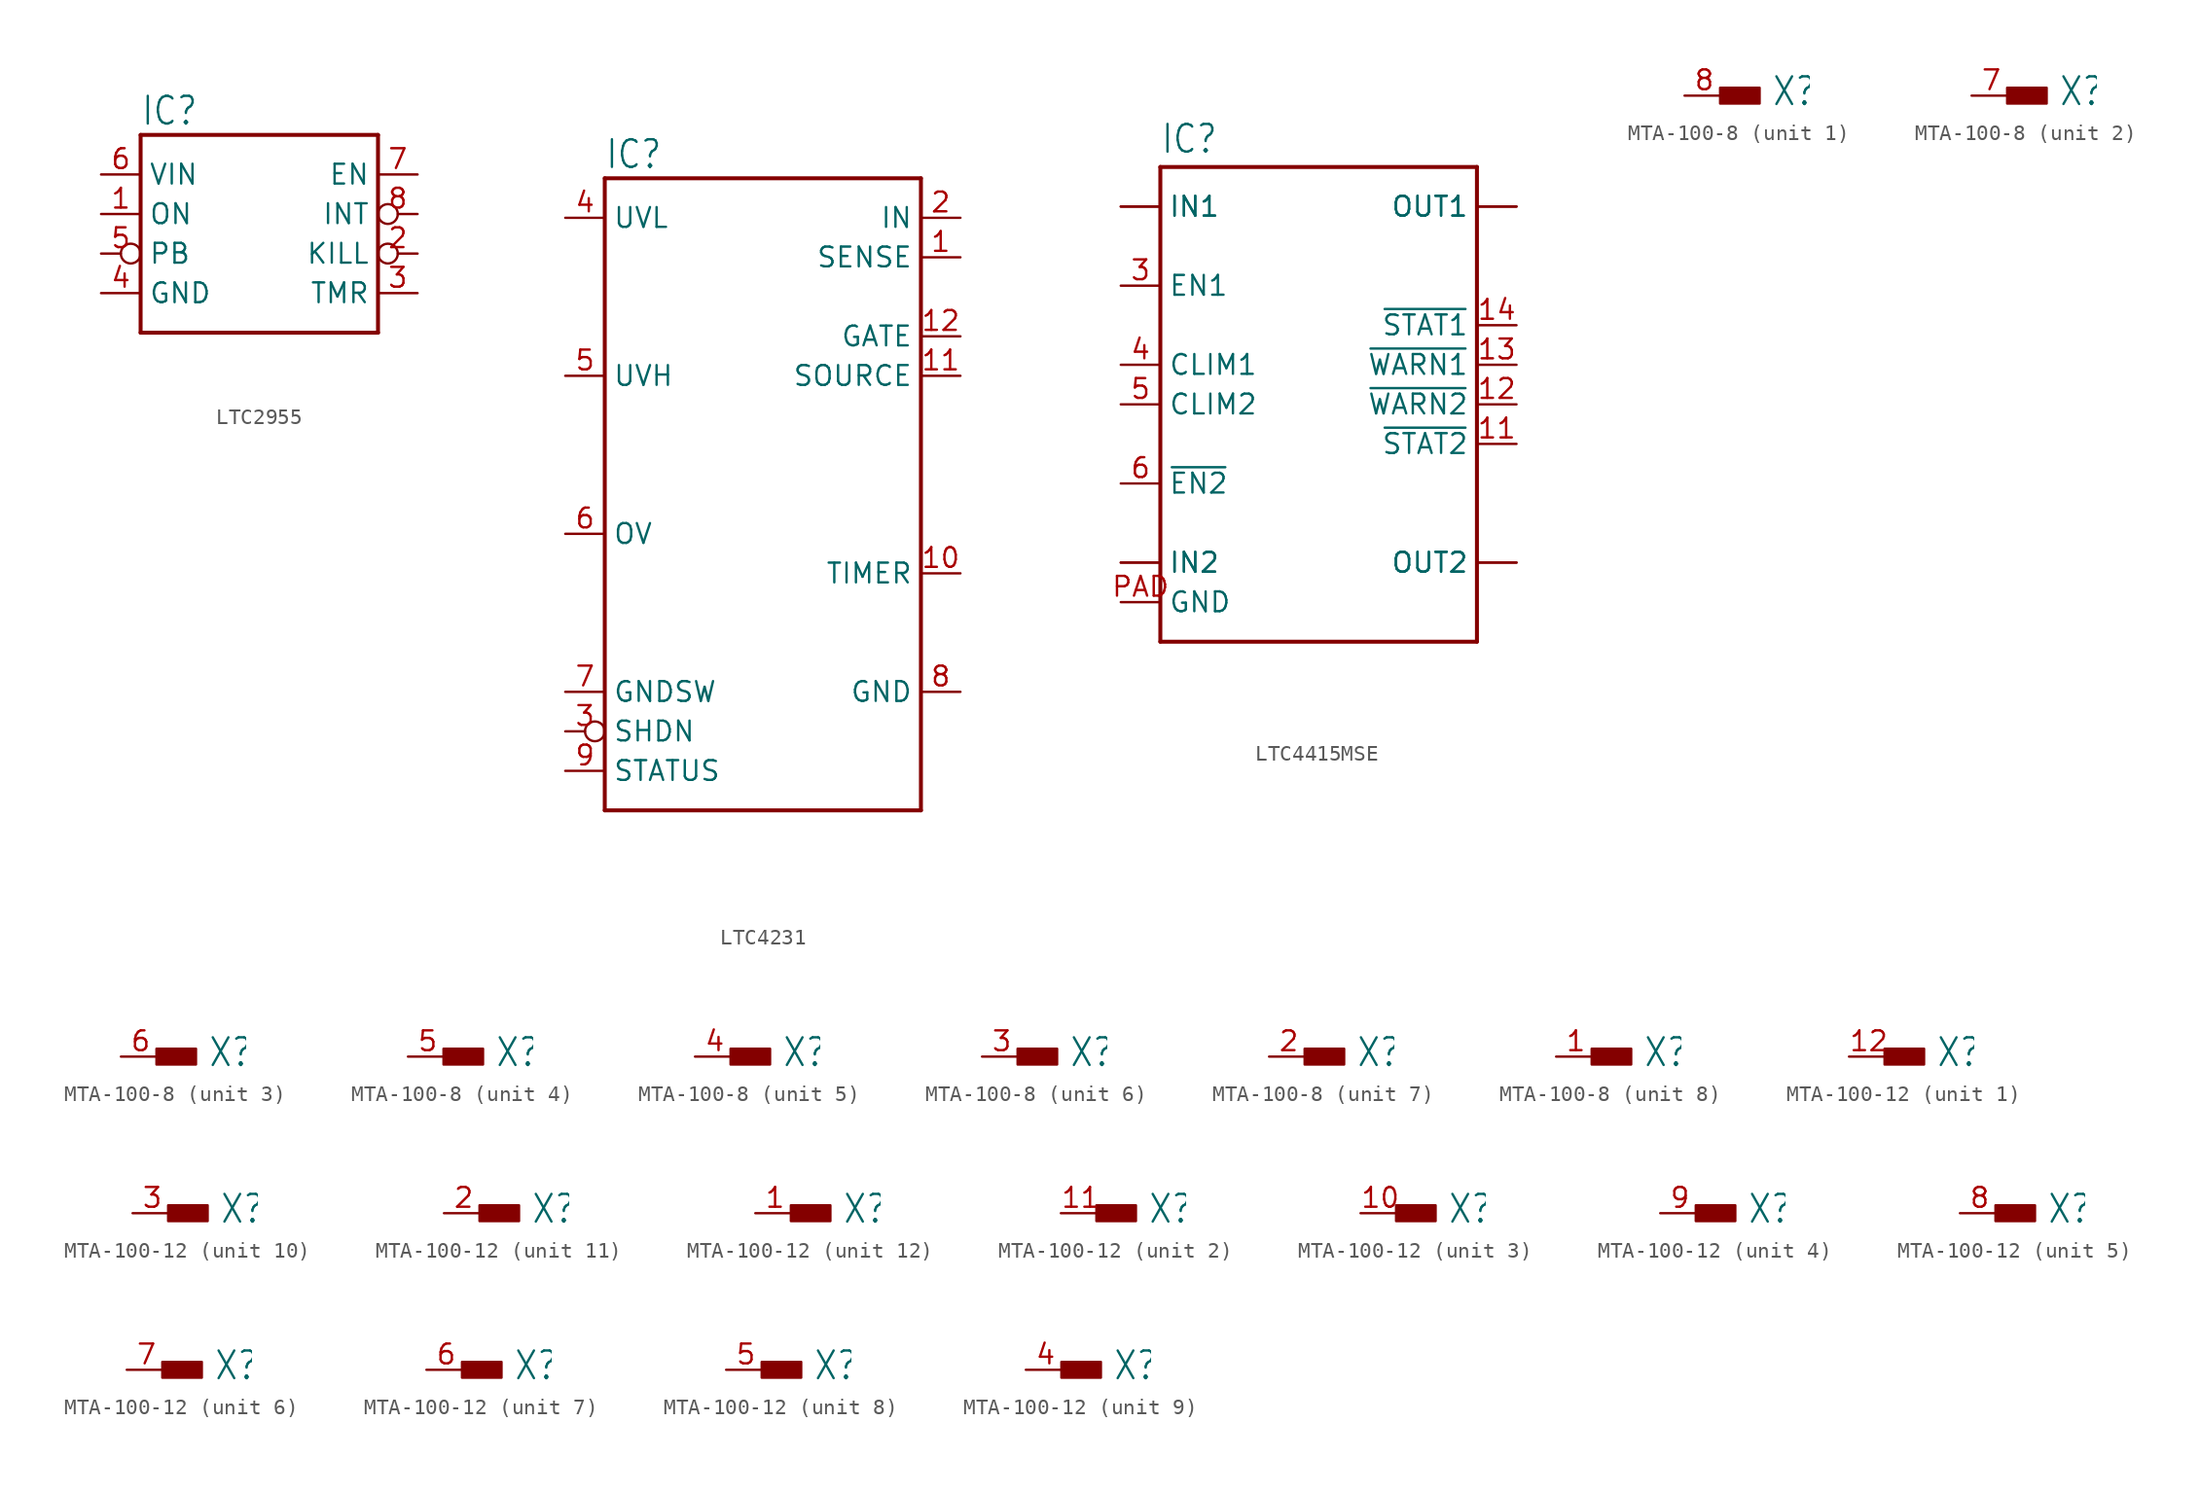
<source format=kicad_sym>
(kicad_symbol_lib
  (version 20231120)
  (generator "kicad_symbol_editor")
  (generator_version "8.0")
  (symbol "LTC2955"
    (property "Reference" "IC"
      (at -7.62 5.588 0)
      (effects (font (size 1.778 1.511)) (justify left bottom)))
    (property "Value" ""
      (at -7.62 -10.16 0)
      (effects (font (size 1.778 1.511)) (justify left bottom)))
    (property "ki_locked" ""
      (at 0 0 0)
      (effects (font (size 1.27 1.27))))
    (symbol "LTC2955_1_0"
      (polyline (pts (xy -7.62 -7.62) (xy -7.62 5.08)) (stroke (width 0.254) (type solid)) (fill (type none)))
      (polyline (pts (xy -7.62 5.08) (xy 7.62 5.08)) (stroke (width 0.254) (type solid)) (fill (type none)))
      (polyline (pts (xy 7.62 -7.62) (xy -7.62 -7.62)) (stroke (width 0.254) (type solid)) (fill (type none)))
      (polyline (pts (xy 7.62 5.08) (xy 7.62 -7.62)) (stroke (width 0.254) (type solid)) (fill (type none)))
      (pin bidirectional line (at -10.16 0 0) (length 2.54) (name "ON" (effects (font (size 1.27 1.27)))) (number "1" (effects (font (size 1.27 1.27)))))
      (pin bidirectional inverted (at 10.16 -2.54 180) (length 2.54) (name "KILL" (effects (font (size 1.27 1.27)))) (number "2" (effects (font (size 1.27 1.27)))))
      (pin bidirectional line (at 10.16 -5.08 180) (length 2.54) (name "TMR" (effects (font (size 1.27 1.27)))) (number "3" (effects (font (size 1.27 1.27)))))
      (pin bidirectional line (at -10.16 -5.08 0) (length 2.54) (name "GND" (effects (font (size 1.27 1.27)))) (number "4" (effects (font (size 1.27 1.27)))))
      (pin bidirectional inverted (at -10.16 -2.54 0) (length 2.54) (name "PB" (effects (font (size 1.27 1.27)))) (number "5" (effects (font (size 1.27 1.27)))))
      (pin bidirectional line (at -10.16 2.54 0) (length 2.54) (name "VIN" (effects (font (size 1.27 1.27)))) (number "6" (effects (font (size 1.27 1.27)))))
      (pin bidirectional line (at 10.16 2.54 180) (length 2.54) (name "EN" (effects (font (size 1.27 1.27)))) (number "7" (effects (font (size 1.27 1.27)))))
      (pin bidirectional inverted (at 10.16 0 180) (length 2.54) (name "INT" (effects (font (size 1.27 1.27)))) (number "8" (effects (font (size 1.27 1.27)))))))
  (symbol "LTC4231"
    (property "Reference" "IC"
      (at -10.16 18.288 0)
      (effects (font (size 1.778 1.511)) (justify left bottom)))
    (property "Value" ""
      (at -10.16 -25.4 0)
      (effects (font (size 1.778 1.511)) (justify left bottom)))
    (property "ki_locked" ""
      (at 0 0 0)
      (effects (font (size 1.27 1.27))))
    (symbol "LTC4231_1_0"
      (polyline (pts (xy -10.16 -22.86) (xy -10.16 17.78)) (stroke (width 0.254) (type solid)) (fill (type none)))
      (polyline (pts (xy -10.16 17.78) (xy 10.16 17.78)) (stroke (width 0.254) (type solid)) (fill (type none)))
      (polyline (pts (xy 10.16 -22.86) (xy -10.16 -22.86)) (stroke (width 0.254) (type solid)) (fill (type none)))
      (polyline (pts (xy 10.16 17.78) (xy 10.16 -22.86)) (stroke (width 0.254) (type solid)) (fill (type none)))
      (pin bidirectional line (at 12.7 12.7 180) (length 2.54) (name "SENSE" (effects (font (size 1.27 1.27)))) (number "1" (effects (font (size 1.27 1.27)))))
      (pin bidirectional line (at 12.7 -7.62 180) (length 2.54) (name "TIMER" (effects (font (size 1.27 1.27)))) (number "10" (effects (font (size 1.27 1.27)))))
      (pin bidirectional line (at 12.7 5.08 180) (length 2.54) (name "SOURCE" (effects (font (size 1.27 1.27)))) (number "11" (effects (font (size 1.27 1.27)))))
      (pin bidirectional line (at 12.7 7.62 180) (length 2.54) (name "GATE" (effects (font (size 1.27 1.27)))) (number "12" (effects (font (size 1.27 1.27)))))
      (pin bidirectional line (at 12.7 15.24 180) (length 2.54) (name "IN" (effects (font (size 1.27 1.27)))) (number "2" (effects (font (size 1.27 1.27)))))
      (pin bidirectional inverted (at -12.7 -17.78 0) (length 2.54) (name "SHDN" (effects (font (size 1.27 1.27)))) (number "3" (effects (font (size 1.27 1.27)))))
      (pin bidirectional line (at -12.7 15.24 0) (length 2.54) (name "UVL" (effects (font (size 1.27 1.27)))) (number "4" (effects (font (size 1.27 1.27)))))
      (pin bidirectional line (at -12.7 5.08 0) (length 2.54) (name "UVH" (effects (font (size 1.27 1.27)))) (number "5" (effects (font (size 1.27 1.27)))))
      (pin bidirectional line (at -12.7 -5.08 0) (length 2.54) (name "OV" (effects (font (size 1.27 1.27)))) (number "6" (effects (font (size 1.27 1.27)))))
      (pin bidirectional line (at -12.7 -15.24 0) (length 2.54) (name "GNDSW" (effects (font (size 1.27 1.27)))) (number "7" (effects (font (size 1.27 1.27)))))
      (pin bidirectional line (at 12.7 -15.24 180) (length 2.54) (name "GND" (effects (font (size 1.27 1.27)))) (number "8" (effects (font (size 1.27 1.27)))))
      (pin bidirectional line (at -12.7 -20.32 0) (length 2.54) (name "STATUS" (effects (font (size 1.27 1.27)))) (number "9" (effects (font (size 1.27 1.27)))))))
  (symbol "LTC4415MSE"
    (property "Reference" "IC"
      (at -10.16 8.382 0)
      (effects (font (size 1.778 1.511)) (justify left bottom)))
    (property "Value" ""
      (at -10.16 -25.4 0)
      (effects (font (size 1.778 1.511)) (justify left bottom)))
    (property "ki_locked" ""
      (at 0 0 0)
      (effects (font (size 1.27 1.27))))
    (symbol "LTC4415MSE_1_0"
      (polyline (pts (xy -10.16 -22.86) (xy 10.16 -22.86)) (stroke (width 0.254) (type solid)) (fill (type none)))
      (polyline (pts (xy -10.16 7.62) (xy -10.16 -22.86)) (stroke (width 0.254) (type solid)) (fill (type none)))
      (polyline (pts (xy 10.16 -22.86) (xy 10.16 7.62)) (stroke (width 0.254) (type solid)) (fill (type none)))
      (polyline (pts (xy 10.16 7.62) (xy -10.16 7.62)) (stroke (width 0.254) (type solid)) (fill (type none)))
      (pin bidirectional line (at -12.7 5.08 0) (length 2.54) (name "IN1" (effects (font (size 1.27 1.27)))) (number "1" (effects (font (size 0 0)))))
      (pin bidirectional line (at 12.7 -17.78 180) (length 2.54) (name "OUT2" (effects (font (size 1.27 1.27)))) (number "10" (effects (font (size 0 0)))))
      (pin bidirectional line (at 12.7 -10.16 180) (length 2.54) (name "~{STAT2}" (effects (font (size 1.27 1.27)))) (number "11" (effects (font (size 1.27 1.27)))))
      (pin bidirectional line (at 12.7 -7.62 180) (length 2.54) (name "~{WARN2}" (effects (font (size 1.27 1.27)))) (number "12" (effects (font (size 1.27 1.27)))))
      (pin bidirectional line (at 12.7 -5.08 180) (length 2.54) (name "~{WARN1}" (effects (font (size 1.27 1.27)))) (number "13" (effects (font (size 1.27 1.27)))))
      (pin bidirectional line (at 12.7 -2.54 180) (length 2.54) (name "~{STAT1}" (effects (font (size 1.27 1.27)))) (number "14" (effects (font (size 1.27 1.27)))))
      (pin bidirectional line (at 12.7 5.08 180) (length 2.54) (name "OUT1" (effects (font (size 1.27 1.27)))) (number "15" (effects (font (size 0 0)))))
      (pin bidirectional line (at 12.7 5.08 180) (length 2.54) (name "OUT1" (effects (font (size 1.27 1.27)))) (number "16" (effects (font (size 0 0)))))
      (pin bidirectional line (at -12.7 5.08 0) (length 2.54) (name "IN1" (effects (font (size 1.27 1.27)))) (number "2" (effects (font (size 0 0)))))
      (pin bidirectional line (at -12.7 0 0) (length 2.54) (name "EN1" (effects (font (size 1.27 1.27)))) (number "3" (effects (font (size 1.27 1.27)))))
      (pin bidirectional line (at -12.7 -5.08 0) (length 2.54) (name "CLIM1" (effects (font (size 1.27 1.27)))) (number "4" (effects (font (size 1.27 1.27)))))
      (pin bidirectional line (at -12.7 -7.62 0) (length 2.54) (name "CLIM2" (effects (font (size 1.27 1.27)))) (number "5" (effects (font (size 1.27 1.27)))))
      (pin bidirectional line (at -12.7 -12.7 0) (length 2.54) (name "~{EN2}" (effects (font (size 1.27 1.27)))) (number "6" (effects (font (size 1.27 1.27)))))
      (pin bidirectional line (at -12.7 -17.78 0) (length 2.54) (name "IN2" (effects (font (size 1.27 1.27)))) (number "7" (effects (font (size 0 0)))))
      (pin bidirectional line (at -12.7 -17.78 0) (length 2.54) (name "IN2" (effects (font (size 1.27 1.27)))) (number "8" (effects (font (size 0 0)))))
      (pin bidirectional line (at 12.7 -17.78 180) (length 2.54) (name "OUT2" (effects (font (size 1.27 1.27)))) (number "9" (effects (font (size 0 0)))))
      (pin bidirectional line (at -12.7 -20.32 0) (length 2.54) (name "GND" (effects (font (size 1.27 1.27)))) (number "PAD" (effects (font (size 1.27 1.27)))))))
  (symbol "MTA-100-8"
    (property "Reference" "X"
      (at 5.588 -0.762 0)
      (effects (font (size 1.778 1.511)) (justify left bottom)))
    (property "ki_locked" ""
      (at 0 0 0)
      (effects (font (size 1.27 1.27))))
    (symbol "MTA-100-8_1_0"
      (rectangle (start 2.286 -0.508) (end 4.826 0.508) (stroke (width 0) (type default)) (fill (type outline)))
      (pin bidirectional line (at 0 0 0) (length 2.54) (name "-1" (effects (font (size 0 0)))) (number "8" (effects (font (size 1.27 1.27))))))
    (symbol "MTA-100-8_2_0"
      (rectangle (start 2.286 -0.508) (end 4.826 0.508) (stroke (width 0) (type default)) (fill (type outline)))
      (pin bidirectional line (at 0 0 0) (length 2.54) (name "-1" (effects (font (size 0 0)))) (number "7" (effects (font (size 1.27 1.27))))))
    (symbol "MTA-100-8_3_0"
      (rectangle (start 2.286 -0.508) (end 4.826 0.508) (stroke (width 0) (type default)) (fill (type outline)))
      (pin bidirectional line (at 0 0 0) (length 2.54) (name "-1" (effects (font (size 0 0)))) (number "6" (effects (font (size 1.27 1.27))))))
    (symbol "MTA-100-8_4_0"
      (rectangle (start 2.286 -0.508) (end 4.826 0.508) (stroke (width 0) (type default)) (fill (type outline)))
      (pin bidirectional line (at 0 0 0) (length 2.54) (name "-1" (effects (font (size 0 0)))) (number "5" (effects (font (size 1.27 1.27))))))
    (symbol "MTA-100-8_5_0"
      (rectangle (start 2.286 -0.508) (end 4.826 0.508) (stroke (width 0) (type default)) (fill (type outline)))
      (pin bidirectional line (at 0 0 0) (length 2.54) (name "-1" (effects (font (size 0 0)))) (number "4" (effects (font (size 1.27 1.27))))))
    (symbol "MTA-100-8_6_0"
      (rectangle (start 2.286 -0.508) (end 4.826 0.508) (stroke (width 0) (type default)) (fill (type outline)))
      (pin bidirectional line (at 0 0 0) (length 2.54) (name "-1" (effects (font (size 0 0)))) (number "3" (effects (font (size 1.27 1.27))))))
    (symbol "MTA-100-8_7_0"
      (rectangle (start 2.286 -0.508) (end 4.826 0.508) (stroke (width 0) (type default)) (fill (type outline)))
      (pin bidirectional line (at 0 0 0) (length 2.54) (name "-1" (effects (font (size 0 0)))) (number "2" (effects (font (size 1.27 1.27))))))
    (symbol "MTA-100-8_8_0"
      (rectangle (start 2.286 -0.508) (end 4.826 0.508) (stroke (width 0) (type default)) (fill (type outline)))
      (pin bidirectional line (at 0 0 0) (length 2.54) (name "-1" (effects (font (size 0 0)))) (number "1" (effects (font (size 1.27 1.27)))))))
  (symbol "MTA-100-12"
    (property "Reference" "X"
      (at 5.588 -0.762 0)
      (effects (font (size 1.778 1.511)) (justify left bottom)))
    (property "ki_locked" ""
      (at 0 0 0)
      (effects (font (size 1.27 1.27))))
    (symbol "MTA-100-12_1_0"
      (rectangle (start 2.286 -0.508) (end 4.826 0.508) (stroke (width 0) (type default)) (fill (type outline)))
      (pin bidirectional line (at 0 0 0) (length 2.54) (name "-1" (effects (font (size 0 0)))) (number "12" (effects (font (size 1.27 1.27))))))
    (symbol "MTA-100-12_2_0"
      (rectangle (start 2.286 -0.508) (end 4.826 0.508) (stroke (width 0) (type default)) (fill (type outline)))
      (pin bidirectional line (at 0 0 0) (length 2.54) (name "-1" (effects (font (size 0 0)))) (number "11" (effects (font (size 1.27 1.27))))))
    (symbol "MTA-100-12_3_0"
      (rectangle (start 2.286 -0.508) (end 4.826 0.508) (stroke (width 0) (type default)) (fill (type outline)))
      (pin bidirectional line (at 0 0 0) (length 2.54) (name "-1" (effects (font (size 0 0)))) (number "10" (effects (font (size 1.27 1.27))))))
    (symbol "MTA-100-12_4_0"
      (rectangle (start 2.286 -0.508) (end 4.826 0.508) (stroke (width 0) (type default)) (fill (type outline)))
      (pin bidirectional line (at 0 0 0) (length 2.54) (name "-1" (effects (font (size 0 0)))) (number "9" (effects (font (size 1.27 1.27))))))
    (symbol "MTA-100-12_5_0"
      (rectangle (start 2.286 -0.508) (end 4.826 0.508) (stroke (width 0) (type default)) (fill (type outline)))
      (pin bidirectional line (at 0 0 0) (length 2.54) (name "-1" (effects (font (size 0 0)))) (number "8" (effects (font (size 1.27 1.27))))))
    (symbol "MTA-100-12_6_0"
      (rectangle (start 2.286 -0.508) (end 4.826 0.508) (stroke (width 0) (type default)) (fill (type outline)))
      (pin bidirectional line (at 0 0 0) (length 2.54) (name "-1" (effects (font (size 0 0)))) (number "7" (effects (font (size 1.27 1.27))))))
    (symbol "MTA-100-12_7_0"
      (rectangle (start 2.286 -0.508) (end 4.826 0.508) (stroke (width 0) (type default)) (fill (type outline)))
      (pin bidirectional line (at 0 0 0) (length 2.54) (name "-1" (effects (font (size 0 0)))) (number "6" (effects (font (size 1.27 1.27))))))
    (symbol "MTA-100-12_8_0"
      (rectangle (start 2.286 -0.508) (end 4.826 0.508) (stroke (width 0) (type default)) (fill (type outline)))
      (pin bidirectional line (at 0 0 0) (length 2.54) (name "-1" (effects (font (size 0 0)))) (number "5" (effects (font (size 1.27 1.27))))))
    (symbol "MTA-100-12_9_0"
      (rectangle (start 2.286 -0.508) (end 4.826 0.508) (stroke (width 0) (type default)) (fill (type outline)))
      (pin bidirectional line (at 0 0 0) (length 2.54) (name "-1" (effects (font (size 0 0)))) (number "4" (effects (font (size 1.27 1.27))))))
    (symbol "MTA-100-12_10_0"
      (rectangle (start 2.286 -0.508) (end 4.826 0.508) (stroke (width 0) (type default)) (fill (type outline)))
      (pin bidirectional line (at 0 0 0) (length 2.54) (name "-1" (effects (font (size 0 0)))) (number "3" (effects (font (size 1.27 1.27))))))
    (symbol "MTA-100-12_11_0"
      (rectangle (start 2.286 -0.508) (end 4.826 0.508) (stroke (width 0) (type default)) (fill (type outline)))
      (pin bidirectional line (at 0 0 0) (length 2.54) (name "-1" (effects (font (size 0 0)))) (number "2" (effects (font (size 1.27 1.27))))))
    (symbol "MTA-100-12_12_0"
      (rectangle (start 2.286 -0.508) (end 4.826 0.508) (stroke (width 0) (type default)) (fill (type outline)))
      (pin bidirectional line (at 0 0 0) (length 2.54) (name "-1" (effects (font (size 0 0)))) (number "1" (effects (font (size 1.27 1.27))))))))
</source>
